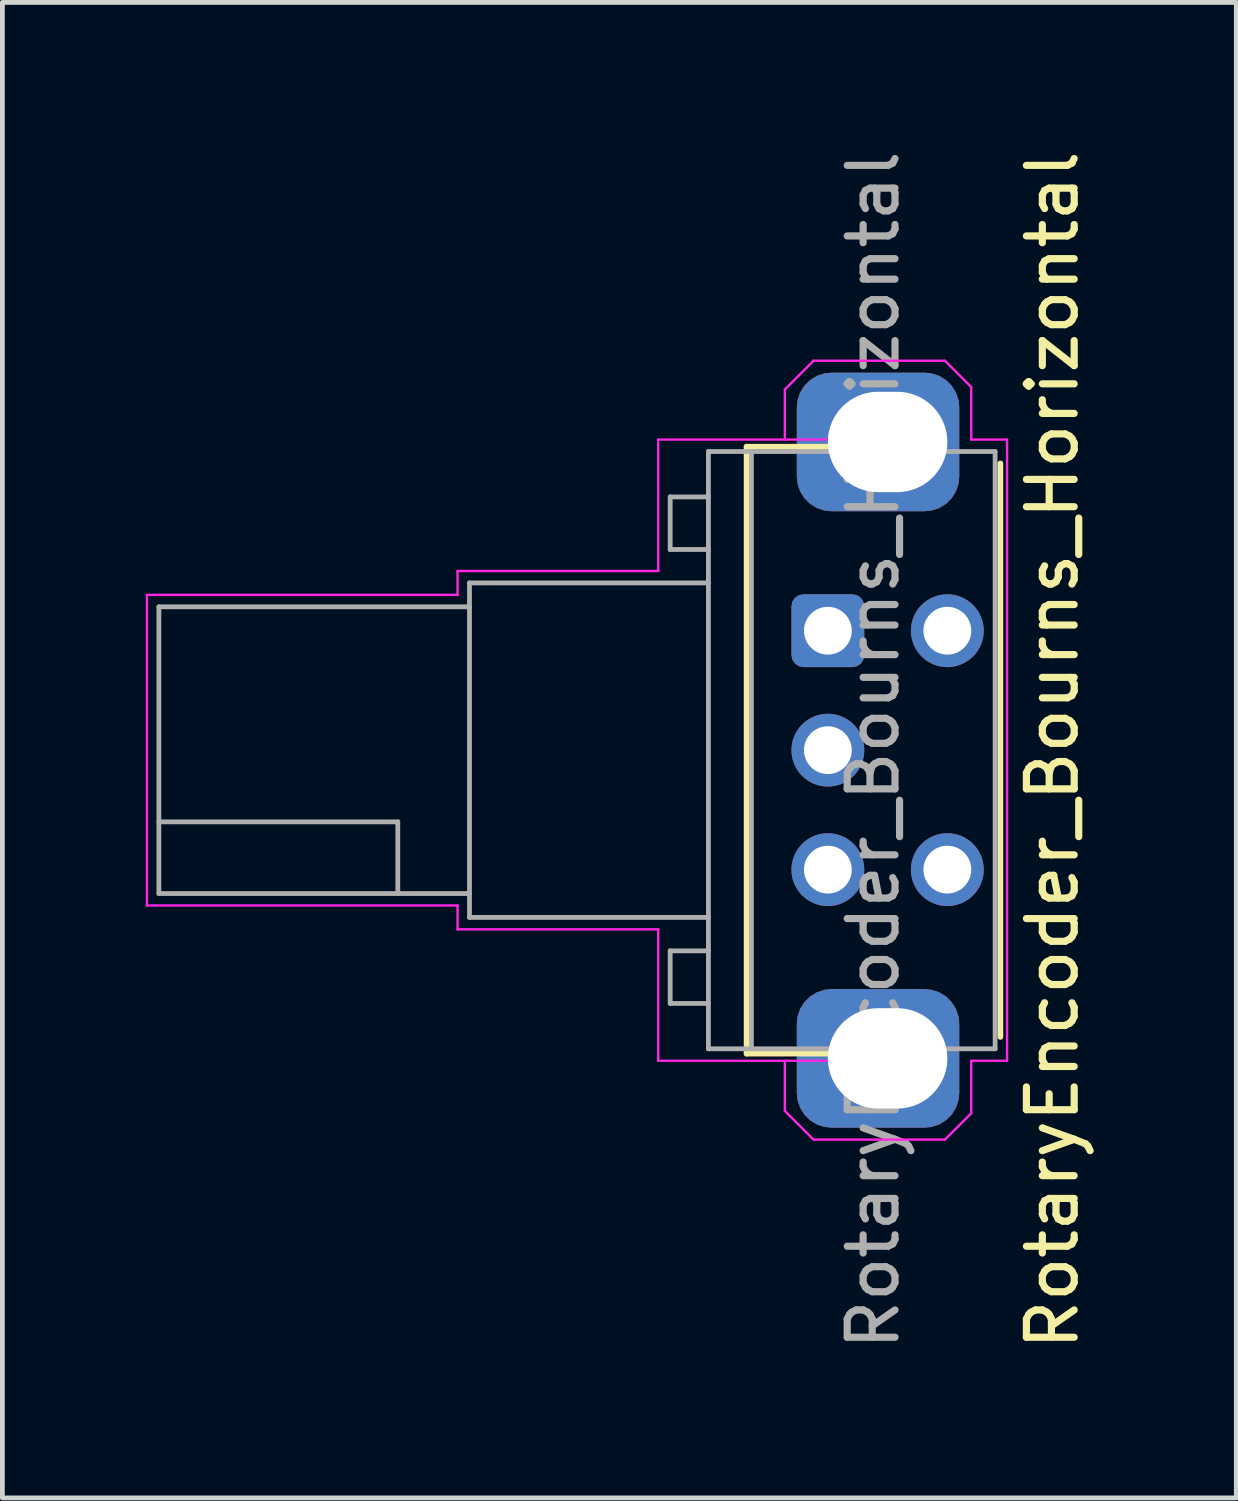
<source format=kicad_pcb>
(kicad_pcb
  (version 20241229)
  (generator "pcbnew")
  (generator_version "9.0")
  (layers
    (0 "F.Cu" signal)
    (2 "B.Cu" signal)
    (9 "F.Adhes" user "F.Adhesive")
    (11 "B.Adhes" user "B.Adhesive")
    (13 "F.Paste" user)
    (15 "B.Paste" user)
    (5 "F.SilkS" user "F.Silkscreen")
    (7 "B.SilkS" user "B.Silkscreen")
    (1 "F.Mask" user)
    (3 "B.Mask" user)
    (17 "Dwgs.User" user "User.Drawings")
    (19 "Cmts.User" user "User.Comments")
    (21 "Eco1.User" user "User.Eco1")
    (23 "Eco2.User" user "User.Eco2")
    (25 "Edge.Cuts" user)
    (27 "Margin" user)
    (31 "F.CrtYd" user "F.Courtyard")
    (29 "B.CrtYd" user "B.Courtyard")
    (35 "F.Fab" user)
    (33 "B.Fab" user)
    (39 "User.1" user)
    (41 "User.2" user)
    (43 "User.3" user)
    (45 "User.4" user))
  (footprint "RotaryEncoder_Bourns_Horizontal"
    (layer "F.Cu")
    (at 14.275 10.149)
    (property "Reference" "RotaryEncoder_Bourns_Horizontal" (at 4.7 2.5 270) (layer "F.SilkS") (effects (font (size 1 1) (thickness 0.15))))
    (attr through_hole)
    (fp_line (start -1.7 -3.85) (end -1.7 8.85) (stroke (width 0.12) (type solid)) (layer "F.SilkS"))
    (fp_line (start -1.7 8.85) (end 1.35 8.85) (stroke (width 0.12) (type solid)) (layer "F.SilkS"))
    (fp_line (start 1.3 -3.85) (end -1.7 -3.85) (stroke (width 0.12) (type solid)) (layer "F.SilkS"))
    (fp_line (start 3.61 -3.5) (end 3.61 8.5) (stroke (width 0.12) (type solid)) (layer "F.SilkS"))
    (fp_line (start -14.25 -0.75) (end -14.25 5.75) (stroke (width 0.05) (type default)) (layer "F.CrtYd"))
    (fp_line (start -14.25 5.75) (end -7.75 5.75) (stroke (width 0.05) (type default)) (layer "F.CrtYd"))
    (fp_line (start -7.75 -1.25) (end -3.55 -1.25) (stroke (width 0.05) (type default)) (layer "F.CrtYd"))
    (fp_line (start -7.75 -0.75) (end -14.25 -0.75) (stroke (width 0.05) (type default)) (layer "F.CrtYd"))
    (fp_line (start -7.75 -0.75) (end -7.75 -1.25) (stroke (width 0.05) (type default)) (layer "F.CrtYd"))
    (fp_line (start -7.75 5.75) (end -7.75 6.25) (stroke (width 0.05) (type default)) (layer "F.CrtYd"))
    (fp_line (start -7.75 6.25) (end -3.55 6.25) (stroke (width 0.05) (type default)) (layer "F.CrtYd"))
    (fp_line (start -3.55 -4) (end 1.35 -4) (stroke (width 0.05) (type solid)) (layer "F.CrtYd"))
    (fp_line (start -3.55 -1.25) (end -3.55 -4) (stroke (width 0.05) (type solid)) (layer "F.CrtYd"))
    (fp_line (start -3.55 9) (end -3.55 6.25) (stroke (width 0.05) (type solid)) (layer "F.CrtYd"))
    (fp_line (start -0.9 -5.05) (end -0.3 -5.65) (stroke (width 0.05) (type default)) (layer "F.CrtYd"))
    (fp_line (start -0.9 -4) (end -0.9 -5.05) (stroke (width 0.05) (type default)) (layer "F.CrtYd"))
    (fp_line (start -0.9 10.05) (end -0.9 9) (stroke (width 0.05) (type default)) (layer "F.CrtYd"))
    (fp_line (start -0.9 10.05) (end -0.3 10.65) (stroke (width 0.05) (type default)) (layer "F.CrtYd"))
    (fp_line (start 1.35 9) (end -3.55 9) (stroke (width 0.05) (type solid)) (layer "F.CrtYd"))
    (fp_line (start 2.45 -5.65) (end -0.3 -5.65) (stroke (width 0.05) (type default)) (layer "F.CrtYd"))
    (fp_line (start 2.45 -5.65) (end 3 -5.1) (stroke (width 0.05) (type default)) (layer "F.CrtYd"))
    (fp_line (start 2.45 10.65) (end -0.3 10.65) (stroke (width 0.05) (type default)) (layer "F.CrtYd"))
    (fp_line (start 2.45 10.65) (end 3 10.1) (stroke (width 0.05) (type default)) (layer "F.CrtYd"))
    (fp_line (start 3 -4) (end 3 -5.1) (stroke (width 0.05) (type default)) (layer "F.CrtYd"))
    (fp_line (start 3 -4) (end 3.75 -4) (stroke (width 0.05) (type default)) (layer "F.CrtYd"))
    (fp_line (start 3 9) (end 3 10.1) (stroke (width 0.05) (type default)) (layer "F.CrtYd"))
    (fp_line (start 3.75 9) (end 3 9) (stroke (width 0.05) (type solid)) (layer "F.CrtYd"))
    (fp_line (start 3.75 9) (end 3.75 -4) (stroke (width 0.05) (type default)) (layer "F.CrtYd"))
    (fp_line (start -14 -0.5) (end -14 5.5) (stroke (width 0.1) (type default)) (layer "F.Fab"))
    (fp_line (start -14 4) (end -9 4) (stroke (width 0.1) (type default)) (layer "F.Fab"))
    (fp_line (start -14 5.5) (end -7.5 5.5) (stroke (width 0.1) (type solid)) (layer "F.Fab"))
    (fp_line (start -9 4) (end -9 5.5) (stroke (width 0.1) (type default)) (layer "F.Fab"))
    (fp_line (start -7.5 -1) (end -7.5 6) (stroke (width 0.1) (type default)) (layer "F.Fab"))
    (fp_line (start -7.5 -1) (end -2.5 -1) (stroke (width 0.1) (type default)) (layer "F.Fab"))
    (fp_line (start -7.5 -0.5) (end -14 -0.5) (stroke (width 0.1) (type solid)) (layer "F.Fab"))
    (fp_line (start -7.5 6) (end -2.5 6) (stroke (width 0.1) (type default)) (layer "F.Fab"))
    (fp_line (start -3.3 -2.8) (end -2.5 -2.8) (stroke (width 0.1) (type default)) (layer "F.Fab"))
    (fp_line (start -3.3 -1.7) (end -3.3 -2.8) (stroke (width 0.1) (type default)) (layer "F.Fab"))
    (fp_line (start -3.3 6.7) (end -2.5 6.7) (stroke (width 0.1) (type default)) (layer "F.Fab"))
    (fp_line (start -3.3 7.8) (end -3.3 6.7) (stroke (width 0.1) (type default)) (layer "F.Fab"))
    (fp_line (start -2.5 -3.75) (end 3.5 -3.75) (stroke (width 0.1) (type solid)) (layer "F.Fab"))
    (fp_line (start -2.5 -1.7) (end -3.3 -1.7) (stroke (width 0.1) (type default)) (layer "F.Fab"))
    (fp_line (start -2.5 7.8) (end -3.3 7.8) (stroke (width 0.1) (type default)) (layer "F.Fab"))
    (fp_line (start -2.5 8.75) (end -2.5 -3.75) (stroke (width 0.1) (type solid)) (layer "F.Fab"))
    (fp_line (start -1.6 8.75) (end -1.6 -3.75) (stroke (width 0.1) (type solid)) (layer "F.Fab"))
    (fp_line (start 3.5 8.75) (end -2.5 8.75) (stroke (width 0.1) (type solid)) (layer "F.Fab"))
    (fp_line (start 3.5 8.75) (end 3.5 -3.75) (stroke (width 0.1) (type default)) (layer "F.Fab"))
    (fp_text user "${REFERENCE}" (at 0.95 2.5 90) (layer "F.Fab") (effects (font (size 1 1) (thickness 0.15))))
    (pad "A" thru_hole roundrect (at 0 0 270) (size 1.524 1.524) (drill 1) (layers "*.Cu" "*.Mask") (roundrect_rratio 0.164))
    (pad "B" thru_hole circle (at 0 5 270) (size 1.524 1.524) (drill 1) (layers "*.Cu" "*.Mask"))
    (pad "C" thru_hole circle (at 0 2.5 270) (size 1.524 1.524) (drill 1) (layers "*.Cu" "*.Mask"))
    (pad "S1" thru_hole circle (at 2.5 0 270) (size 1.524 1.524) (drill 1) (layers "*.Cu" "*.Mask"))
    (pad "S2" thru_hole circle (at 2.5 5 270) (size 1.524 1.524) (drill 1) (layers "*.Cu" "*.Mask"))
    (pad "SH" thru_hole roundrect (at 1.25 -3.95 180) (size 3.4 2.9) (drill oval 2.5 2.1 (offset 0.2 0)) (layers "*.Cu" "*.Mask") (roundrect_rratio 0.25))
    (pad "SH" thru_hole roundrect (at 1.25 8.95 180) (size 3.4 2.9) (drill oval 2.5 2.1 (offset 0.2 0)) (layers "*.Cu" "*.Mask") (roundrect_rratio 0.25))
    (zone (net_name "") (layer "F.Cu") (name "Shell contact") (hatch edge 0.5) (connect_pads) (min_thickness 0.25) (filled_areas_thickness no) (keepout (tracks not_allowed) (vias not_allowed) (pads not_allowed) (copperpour not_allowed) (footprints not_allowed)) (placement (enabled no)) (fill) (polygon (pts (xy 13.925 7.399) (xy 13.925 6.149) (xy 12.425 6.149) (xy 12.425 7.399))))
    (zone (net_name "") (layer "F.Cu") (name "Shell contact") (hatch edge 0.5) (connect_pads) (min_thickness 0.25) (filled_areas_thickness no) (keepout (tracks not_allowed) (vias not_allowed) (pads not_allowed) (copperpour not_allowed) (footprints not_allowed)) (placement (enabled no)) (fill) (polygon (pts (xy 13.925 19.149) (xy 13.925 17.899) (xy 12.425 17.899) (xy 12.425 19.149))))
    (zone (net_name "") (layer "F.Cu") (name "Shell contact") (hatch edge 0.5) (connect_pads) (min_thickness 0.25) (filled_areas_thickness no) (keepout (tracks not_allowed) (vias not_allowed) (pads not_allowed) (copperpour not_allowed) (footprints not_allowed)) (placement (enabled no)) (fill) (polygon (pts (xy 18.275 7.399) (xy 18.275 6.149) (xy 17.275 6.149) (xy 17.275 7.399))))
    (zone (net_name "") (layer "F.Cu") (name "Shell contact") (hatch edge 0.5) (connect_pads) (min_thickness 0.25) (filled_areas_thickness no) (keepout (tracks not_allowed) (vias not_allowed) (pads not_allowed) (copperpour not_allowed) (footprints not_allowed)) (placement (enabled no)) (fill) (polygon (pts (xy 18.275 19.149) (xy 18.275 17.899) (xy 17.275 17.899) (xy 17.275 19.149)))))
  (gr_rect
    (start -3 -3)
    (end 22.823 28.298)
    (stroke (width 0.1) (type default))
    (fill no)
    (layer "Edge.Cuts")))
</source>
